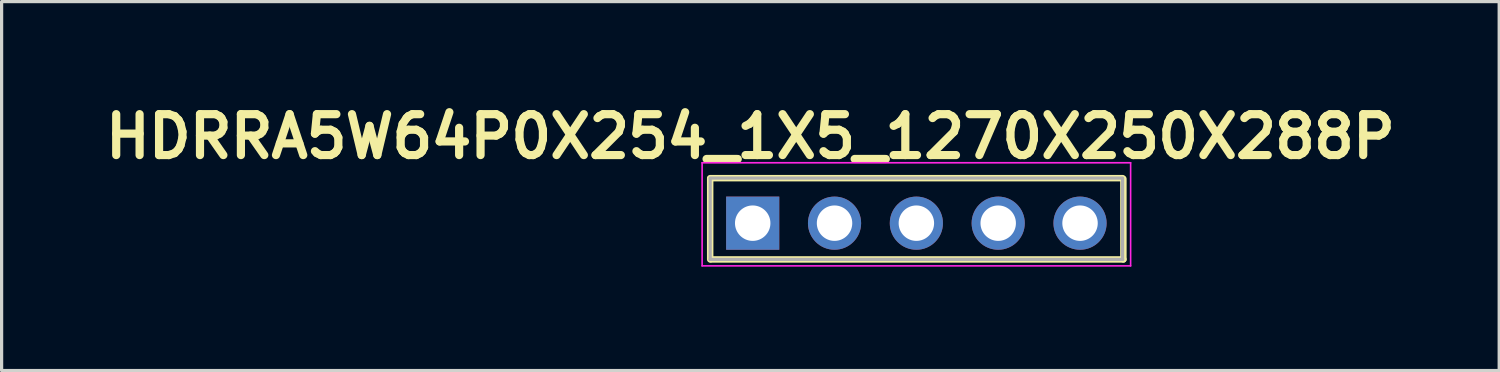
<source format=kicad_pcb>
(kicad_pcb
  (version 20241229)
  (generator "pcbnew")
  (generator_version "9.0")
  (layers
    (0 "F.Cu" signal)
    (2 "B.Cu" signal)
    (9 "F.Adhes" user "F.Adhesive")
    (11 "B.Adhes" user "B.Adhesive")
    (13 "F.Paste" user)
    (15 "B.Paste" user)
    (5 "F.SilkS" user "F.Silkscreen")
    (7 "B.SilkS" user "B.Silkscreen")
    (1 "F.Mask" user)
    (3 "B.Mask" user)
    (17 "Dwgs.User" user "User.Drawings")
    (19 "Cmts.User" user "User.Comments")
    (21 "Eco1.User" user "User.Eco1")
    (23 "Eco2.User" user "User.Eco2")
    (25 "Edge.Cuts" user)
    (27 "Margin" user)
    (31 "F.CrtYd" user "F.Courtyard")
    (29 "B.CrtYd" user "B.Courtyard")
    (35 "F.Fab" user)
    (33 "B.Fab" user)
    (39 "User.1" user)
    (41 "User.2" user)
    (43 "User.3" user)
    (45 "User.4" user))
  (footprint "HDRRA5W64P0X254_1X5_1270X250X288P"
    (layer "F.Cu")
    (at 18.743 5.202)
    (property "Reference" "HDRRA5W64P0X254_1X5_1270X250X288P" (at 1.499 -4.013 0) (layer "F.SilkS") (effects (font (size 1.27 1.27) (thickness 0.254))))
    (attr through_hole)
    (fp_line (start 0.25 -2.722) (end 13.05 -2.722) (stroke (width 0.2) (type solid)) (layer "F.SilkS"))
    (fp_line (start 0.25 -0.2) (end 0.25 -2.7) (stroke (width 0.2) (type solid)) (layer "F.SilkS"))
    (fp_line (start 0.276 -0.2) (end 13.076 -0.2) (stroke (width 0.2) (type solid)) (layer "F.SilkS"))
    (fp_line (start 13.076 -2.7) (end 13.076 -0.2) (stroke (width 0.2) (type solid)) (layer "F.SilkS"))
    (fp_line (start 0 -3.2) (end 0 0) (stroke (width 0.05) (type solid)) (layer "F.CrtYd"))
    (fp_line (start 0 0) (end 13.3 0) (stroke (width 0.05) (type solid)) (layer "F.CrtYd"))
    (fp_line (start 13.3 -3.2) (end 0 -3.2) (stroke (width 0.05) (type solid)) (layer "F.CrtYd"))
    (fp_line (start 13.3 0) (end 13.3 -3.2) (stroke (width 0.05) (type solid)) (layer "F.CrtYd"))
    (fp_line (start 0.25 -2.7) (end 0.25 -0.2) (stroke (width 0.1) (type solid)) (layer "F.Fab"))
    (fp_line (start 13.05 -2.725) (end 0.25 -2.725) (stroke (width 0.1) (type solid)) (layer "F.Fab"))
    (fp_line (start 13.051 -2.7) (end 13.051 -0.2) (stroke (width 0.1) (type solid)) (layer "F.Fab"))
    (fp_line (start 13.051 -0.2) (end 0.251 -0.2) (stroke (width 0.1) (type solid)) (layer "F.Fab"))
    (pad "1" thru_hole rect (at 1.57 -1.325) (size 1.65 1.65) (drill 1.1) (layers "*.Cu" "*.Mask"))
    (pad "2" thru_hole circle (at 4.11 -1.325) (size 1.65 1.65) (drill 1.1) (layers "*.Cu" "*.Mask"))
    (pad "3" thru_hole circle (at 6.65 -1.325) (size 1.65 1.65) (drill 1.1) (layers "*.Cu" "*.Mask"))
    (pad "4" thru_hole circle (at 9.19 -1.325) (size 1.65 1.65) (drill 1.1) (layers "*.Cu" "*.Mask"))
    (pad "5" thru_hole circle (at 11.73 -1.325) (size 1.65 1.65) (drill 1.1) (layers "*.Cu" "*.Mask")))
  (gr_rect
    (start -3 -3)
    (end 43.483 8.452)
    (stroke (width 0.1) (type default))
    (fill no)
    (layer "Edge.Cuts")))
</source>
